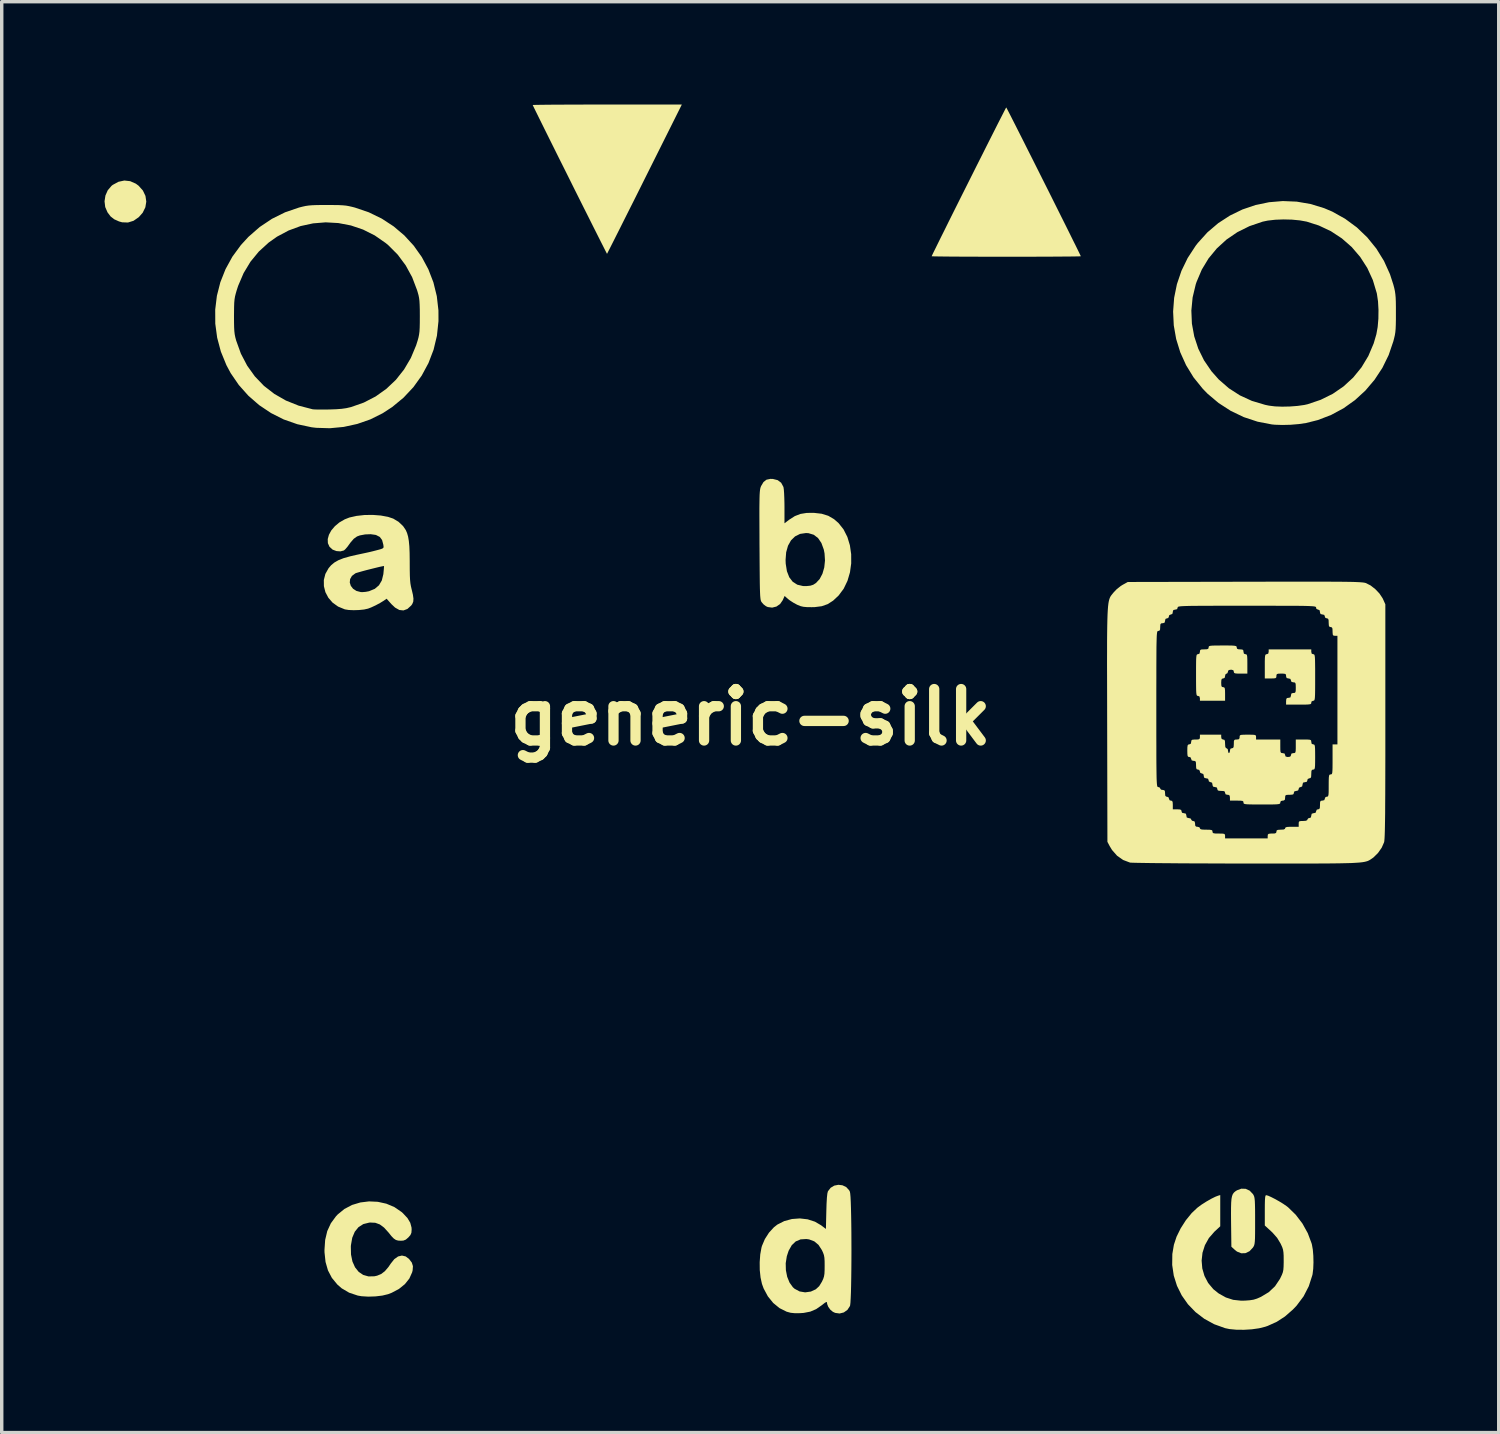
<source format=kicad_pcb>
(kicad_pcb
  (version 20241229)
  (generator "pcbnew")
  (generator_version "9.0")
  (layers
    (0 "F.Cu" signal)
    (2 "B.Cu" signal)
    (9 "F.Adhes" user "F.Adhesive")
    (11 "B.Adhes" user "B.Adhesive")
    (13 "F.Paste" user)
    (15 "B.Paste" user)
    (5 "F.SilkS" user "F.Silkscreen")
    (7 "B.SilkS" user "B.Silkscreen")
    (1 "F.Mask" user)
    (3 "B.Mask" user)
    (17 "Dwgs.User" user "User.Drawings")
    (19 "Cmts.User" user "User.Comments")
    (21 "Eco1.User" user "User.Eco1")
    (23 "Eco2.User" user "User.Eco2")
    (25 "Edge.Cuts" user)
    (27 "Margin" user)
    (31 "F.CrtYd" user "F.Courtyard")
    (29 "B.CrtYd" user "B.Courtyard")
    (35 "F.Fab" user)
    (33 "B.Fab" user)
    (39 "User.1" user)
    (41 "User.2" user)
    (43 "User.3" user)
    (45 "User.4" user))
  (footprint "generic-silk"
    (layer "F.Cu")
    (at 18.849 17.876)
    (property "Reference" "generic-silk" (at 0 0 0) (layer "F.SilkS") (effects (font (size 1.5 1.5) (thickness 0.3))))
    (attr board_only exclude_from_pos_files exclude_from_bom)
    (fp_poly (pts (xy -18.101 -15.64) (xy -17.937 -15.568) (xy -17.856 -15.508) (xy -17.73 -15.367) (xy -17.655 -15.21) (xy -17.631 -15.044) (xy -17.658 -14.878) (xy -17.736 -14.719) (xy -17.85 -14.59) (xy -18.003 -14.484) (xy -18.165 -14.434) (xy -18.336 -14.44) (xy -18.428 -14.466) (xy -18.568 -14.529) (xy -18.673 -14.612) (xy -18.762 -14.73) (xy -18.829 -14.885) (xy -18.849 -15.053) (xy -18.823 -15.221) (xy -18.755 -15.375) (xy -18.646 -15.503) (xy -18.611 -15.531) (xy -18.443 -15.622) (xy -18.271 -15.659)) (stroke (width 0) (type solid)) (fill yes) (layer "F.SilkS"))
    (fp_poly (pts (xy 14.445 13.759) (xy 14.562 13.813) (xy 14.657 13.913) (xy 14.665 13.925) (xy 14.682 13.957) (xy 14.696 13.995) (xy 14.705 14.046) (xy 14.712 14.118) (xy 14.716 14.219) (xy 14.719 14.355) (xy 14.72 14.534) (xy 14.72 14.697) (xy 14.72 14.911) (xy 14.719 15.076) (xy 14.717 15.2) (xy 14.712 15.29) (xy 14.705 15.354) (xy 14.695 15.4) (xy 14.68 15.435) (xy 14.661 15.466) (xy 14.656 15.474) (xy 14.556 15.58) (xy 14.44 15.636) (xy 14.316 15.64) (xy 14.193 15.591) (xy 14.133 15.545) (xy 14.028 15.448) (xy 14.019 14.74) (xy 14.017 14.501) (xy 14.018 14.312) (xy 14.022 14.165) (xy 14.031 14.054) (xy 14.047 13.973) (xy 14.07 13.913) (xy 14.103 13.868) (xy 14.145 13.832) (xy 14.192 13.802) (xy 14.318 13.755)) (stroke (width 0) (type solid)) (fill yes) (layer "F.SilkS"))
    (fp_poly (pts (xy -3.094 -15.698) (xy -3.257 -15.371) (xy -3.413 -15.059) (xy -3.561 -14.765) (xy -3.697 -14.494) (xy -3.82 -14.248) (xy -3.929 -14.032) (xy -4.021 -13.849) (xy -4.095 -13.703) (xy -4.149 -13.597) (xy -4.18 -13.535) (xy -4.189 -13.52) (xy -4.202 -13.545) (xy -4.239 -13.617) (xy -4.297 -13.732) (xy -4.375 -13.886) (xy -4.471 -14.077) (xy -4.583 -14.299) (xy -4.709 -14.551) (xy -4.848 -14.827) (xy -4.997 -15.125) (xy -5.155 -15.44) (xy -5.276 -15.684) (xy -5.439 -16.011) (xy -5.595 -16.322) (xy -5.741 -16.616) (xy -5.876 -16.887) (xy -5.998 -17.133) (xy -6.105 -17.349) (xy -6.196 -17.533) (xy -6.268 -17.679) (xy -6.32 -17.785) (xy -6.35 -17.847) (xy -6.357 -17.862) (xy -6.33 -17.864) (xy -6.25 -17.866) (xy -6.122 -17.868) (xy -5.951 -17.87) (xy -5.741 -17.872) (xy -5.495 -17.873) (xy -5.219 -17.874) (xy -4.917 -17.875) (xy -4.592 -17.876) (xy -4.25 -17.876) (xy -4.181 -17.876) (xy -2.006 -17.876)) (stroke (width 0) (type solid)) (fill yes) (layer "F.SilkS"))
    (fp_poly (pts (xy 7.473 -17.767) (xy 7.51 -17.696) (xy 7.568 -17.584) (xy 7.644 -17.434) (xy 7.737 -17.251) (xy 7.843 -17.041) (xy 7.962 -16.806) (xy 8.089 -16.552) (xy 8.225 -16.283) (xy 8.365 -16.004) (xy 8.508 -15.718) (xy 8.652 -15.432) (xy 8.794 -15.148) (xy 8.932 -14.871) (xy 9.064 -14.606) (xy 9.188 -14.358) (xy 9.301 -14.131) (xy 9.401 -13.928) (xy 9.487 -13.756) (xy 9.555 -13.617) (xy 9.603 -13.518) (xy 9.63 -13.461) (xy 9.634 -13.45) (xy 9.607 -13.447) (xy 9.527 -13.445) (xy 9.4 -13.443) (xy 9.228 -13.441) (xy 9.018 -13.44) (xy 8.773 -13.438) (xy 8.496 -13.437) (xy 8.194 -13.436) (xy 7.87 -13.436) (xy 7.528 -13.435) (xy 7.459 -13.435) (xy 7.114 -13.436) (xy 6.786 -13.436) (xy 6.479 -13.437) (xy 6.197 -13.438) (xy 5.945 -13.439) (xy 5.728 -13.441) (xy 5.549 -13.443) (xy 5.412 -13.445) (xy 5.323 -13.447) (xy 5.285 -13.449) (xy 5.283 -13.45) (xy 5.296 -13.478) (xy 5.331 -13.552) (xy 5.388 -13.667) (xy 5.463 -13.819) (xy 5.554 -14.004) (xy 5.66 -14.216) (xy 5.777 -14.453) (xy 5.904 -14.708) (xy 6.039 -14.978) (xy 6.179 -15.258) (xy 6.322 -15.543) (xy 6.466 -15.83) (xy 6.608 -16.114) (xy 6.747 -16.389) (xy 6.879 -16.653) (xy 7.004 -16.9) (xy 7.118 -17.126) (xy 7.219 -17.326) (xy 7.306 -17.496) (xy 7.375 -17.632) (xy 7.425 -17.729) (xy 7.453 -17.782) (xy 7.459 -17.791)) (stroke (width 0) (type solid)) (fill yes) (layer "F.SilkS"))
    (fp_poly (pts (xy -10.876 14.138) (xy -10.627 14.193) (xy -10.394 14.291) (xy -10.186 14.433) (xy -10.142 14.472) (xy -10.01 14.614) (xy -9.929 14.75) (xy -9.892 14.89) (xy -9.889 14.95) (xy -9.896 15.042) (xy -9.925 15.109) (xy -9.985 15.178) (xy -10.059 15.241) (xy -10.129 15.269) (xy -10.199 15.274) (xy -10.282 15.27) (xy -10.348 15.251) (xy -10.41 15.21) (xy -10.479 15.139) (xy -10.566 15.031) (xy -10.694 14.89) (xy -10.818 14.798) (xy -10.949 14.75) (xy -11.097 14.743) (xy -11.126 14.745) (xy -11.299 14.788) (xy -11.44 14.878) (xy -11.548 15.011) (xy -11.622 15.187) (xy -11.66 15.404) (xy -11.663 15.444) (xy -11.658 15.677) (xy -11.616 15.881) (xy -11.54 16.05) (xy -11.435 16.181) (xy -11.303 16.271) (xy -11.148 16.315) (xy -10.973 16.311) (xy -10.895 16.293) (xy -10.777 16.244) (xy -10.67 16.162) (xy -10.565 16.039) (xy -10.5 15.943) (xy -10.396 15.812) (xy -10.285 15.733) (xy -10.172 15.706) (xy -10.062 15.732) (xy -9.965 15.806) (xy -9.884 15.911) (xy -9.851 16.016) (xy -9.86 16.138) (xy -9.875 16.197) (xy -9.956 16.377) (xy -10.086 16.54) (xy -10.26 16.681) (xy -10.472 16.793) (xy -10.575 16.833) (xy -10.744 16.874) (xy -10.944 16.898) (xy -11.153 16.905) (xy -11.349 16.893) (xy -11.46 16.874) (xy -11.712 16.79) (xy -11.93 16.662) (xy -12.055 16.553) (xy -12.216 16.358) (xy -12.33 16.14) (xy -12.401 15.893) (xy -12.431 15.612) (xy -12.432 15.543) (xy -12.412 15.25) (xy -12.351 14.993) (xy -12.246 14.765) (xy -12.096 14.56) (xy -12.045 14.506) (xy -11.85 14.347) (xy -11.628 14.23) (xy -11.385 14.157) (xy -11.132 14.126)) (stroke (width 0) (type solid)) (fill yes) (layer "F.SilkS"))
    (fp_poly (pts (xy 16.359 -1.909) (xy 16.372 -1.854) (xy 16.415 -1.839) (xy 16.433 -1.837) (xy 16.447 -1.826) (xy 16.457 -1.801) (xy 16.464 -1.754) (xy 16.468 -1.679) (xy 16.47 -1.569) (xy 16.472 -1.417) (xy 16.472 -1.217) (xy 16.472 -1.16) (xy 16.472 -0.947) (xy 16.471 -0.784) (xy 16.469 -0.664) (xy 16.465 -0.581) (xy 16.459 -0.528) (xy 16.449 -0.498) (xy 16.437 -0.484) (xy 16.42 -0.481) (xy 16.415 -0.481) (xy 16.368 -0.461) (xy 16.359 -0.424) (xy 16.356 -0.401) (xy 16.34 -0.385) (xy 16.304 -0.376) (xy 16.237 -0.37) (xy 16.131 -0.368) (xy 15.992 -0.368) (xy 15.624 -0.368) (xy 15.624 -0.467) (xy 15.63 -0.534) (xy 15.653 -0.561) (xy 15.695 -0.566) (xy 15.749 -0.577) (xy 15.765 -0.623) (xy 15.766 -0.636) (xy 15.777 -0.69) (xy 15.823 -0.707) (xy 15.836 -0.707) (xy 15.877 -0.711) (xy 15.898 -0.733) (xy 15.906 -0.785) (xy 15.907 -0.863) (xy 15.905 -0.952) (xy 15.895 -0.998) (xy 15.871 -1.016) (xy 15.836 -1.018) (xy 15.781 -1.032) (xy 15.766 -1.075) (xy 15.749 -1.119) (xy 15.695 -1.131) (xy 15.641 -1.143) (xy 15.625 -1.189) (xy 15.624 -1.202) (xy 15.62 -1.244) (xy 15.596 -1.265) (xy 15.54 -1.272) (xy 15.483 -1.273) (xy 15.399 -1.271) (xy 15.357 -1.259) (xy 15.343 -1.23) (xy 15.342 -1.202) (xy 15.338 -1.163) (xy 15.319 -1.142) (xy 15.27 -1.133) (xy 15.178 -1.131) (xy 15.172 -1.131) (xy 15.003 -1.131) (xy 15.003 -1.485) (xy 15.003 -1.632) (xy 15.006 -1.731) (xy 15.012 -1.792) (xy 15.023 -1.824) (xy 15.04 -1.837) (xy 15.059 -1.839) (xy 15.103 -1.855) (xy 15.116 -1.909) (xy 15.116 -1.98) (xy 15.737 -1.98) (xy 16.359 -1.98)) (stroke (width 0) (type solid)) (fill yes) (layer "F.SilkS"))
    (fp_poly (pts (xy 13.933 -2.093) (xy 14.045 -2.091) (xy 14.117 -2.086) (xy 14.159 -2.077) (xy 14.178 -2.064) (xy 14.183 -2.044) (xy 14.183 -2.037) (xy 14.194 -1.998) (xy 14.238 -1.982) (xy 14.282 -1.98) (xy 14.349 -1.975) (xy 14.376 -1.951) (xy 14.381 -1.909) (xy 14.394 -1.854) (xy 14.438 -1.839) (xy 14.463 -1.835) (xy 14.48 -1.816) (xy 14.489 -1.773) (xy 14.493 -1.695) (xy 14.494 -1.571) (xy 14.494 -1.556) (xy 14.494 -1.273) (xy 14.296 -1.273) (xy 14.192 -1.274) (xy 14.133 -1.281) (xy 14.106 -1.297) (xy 14.099 -1.325) (xy 14.099 -1.329) (xy 14.085 -1.371) (xy 14.036 -1.385) (xy 14.014 -1.386) (xy 13.952 -1.377) (xy 13.93 -1.344) (xy 13.929 -1.329) (xy 13.911 -1.283) (xy 13.887 -1.273) (xy 13.853 -1.248) (xy 13.844 -1.202) (xy 13.831 -1.147) (xy 13.788 -1.131) (xy 13.752 -1.123) (xy 13.736 -1.088) (xy 13.731 -1.013) (xy 13.731 -1.004) (xy 13.735 -0.925) (xy 13.75 -0.887) (xy 13.784 -0.877) (xy 13.788 -0.877) (xy 13.817 -0.871) (xy 13.834 -0.847) (xy 13.842 -0.792) (xy 13.844 -0.695) (xy 13.844 -0.679) (xy 13.844 -0.481) (xy 13.477 -0.481) (xy 13.11 -0.481) (xy 13.11 -0.552) (xy 13.096 -0.607) (xy 13.053 -0.622) (xy 13.035 -0.624) (xy 13.021 -0.635) (xy 13.011 -0.662) (xy 13.004 -0.712) (xy 13 -0.792) (xy 12.998 -0.909) (xy 12.997 -1.07) (xy 12.997 -1.23) (xy 12.997 -1.431) (xy 12.998 -1.581) (xy 13 -1.689) (xy 13.005 -1.762) (xy 13.012 -1.806) (xy 13.023 -1.829) (xy 13.038 -1.837) (xy 13.053 -1.839) (xy 13.097 -1.855) (xy 13.11 -1.909) (xy 13.115 -1.953) (xy 13.141 -1.974) (xy 13.203 -1.98) (xy 13.237 -1.98) (xy 13.316 -1.984) (xy 13.354 -1.999) (xy 13.364 -2.032) (xy 13.364 -2.037) (xy 13.367 -2.059) (xy 13.381 -2.074) (xy 13.415 -2.084) (xy 13.478 -2.09) (xy 13.578 -2.092) (xy 13.723 -2.093) (xy 13.774 -2.093)) (stroke (width 0) (type solid)) (fill yes) (layer "F.SilkS"))
    (fp_poly (pts (xy 13.703 14.397) (xy 13.703 14.853) (xy 13.534 15.009) (xy 13.372 15.195) (xy 13.256 15.403) (xy 13.185 15.625) (xy 13.16 15.854) (xy 13.179 16.082) (xy 13.243 16.302) (xy 13.35 16.506) (xy 13.5 16.686) (xy 13.656 16.811) (xy 13.867 16.929) (xy 14.08 16.998) (xy 14.311 17.023) (xy 14.429 17.021) (xy 14.569 17.01) (xy 14.676 16.993) (xy 14.775 16.962) (xy 14.889 16.912) (xy 14.895 16.909) (xy 15.119 16.774) (xy 15.301 16.602) (xy 15.443 16.39) (xy 15.46 16.356) (xy 15.502 16.268) (xy 15.529 16.196) (xy 15.544 16.124) (xy 15.551 16.033) (xy 15.554 15.909) (xy 15.554 15.854) (xy 15.553 15.713) (xy 15.547 15.613) (xy 15.535 15.536) (xy 15.513 15.466) (xy 15.477 15.386) (xy 15.461 15.353) (xy 15.363 15.19) (xy 15.23 15.039) (xy 15.185 14.996) (xy 15.003 14.829) (xy 15.003 14.387) (xy 15.004 14.214) (xy 15.007 14.092) (xy 15.013 14.011) (xy 15.022 13.965) (xy 15.035 13.946) (xy 15.042 13.945) (xy 15.098 13.959) (xy 15.188 13.999) (xy 15.3 14.056) (xy 15.421 14.124) (xy 15.538 14.195) (xy 15.638 14.264) (xy 15.681 14.297) (xy 15.906 14.516) (xy 16.101 14.772) (xy 16.257 15.054) (xy 16.367 15.347) (xy 16.378 15.387) (xy 16.404 15.534) (xy 16.419 15.714) (xy 16.423 15.908) (xy 16.416 16.092) (xy 16.397 16.248) (xy 16.39 16.278) (xy 16.287 16.6) (xy 16.134 16.897) (xy 15.93 17.169) (xy 15.822 17.282) (xy 15.591 17.484) (xy 15.352 17.639) (xy 15.089 17.758) (xy 15.017 17.783) (xy 14.837 17.828) (xy 14.625 17.858) (xy 14.398 17.872) (xy 14.174 17.87) (xy 13.972 17.851) (xy 13.844 17.824) (xy 13.525 17.709) (xy 13.237 17.551) (xy 12.981 17.355) (xy 12.761 17.127) (xy 12.58 16.87) (xy 12.441 16.59) (xy 12.347 16.292) (xy 12.301 15.981) (xy 12.305 15.661) (xy 12.351 15.39) (xy 12.429 15.155) (xy 12.549 14.912) (xy 12.699 14.677) (xy 12.87 14.467) (xy 13.035 14.311) (xy 13.154 14.223) (xy 13.293 14.134) (xy 13.434 14.053) (xy 13.561 13.99) (xy 13.639 13.96) (xy 13.703 13.941)) (stroke (width 0) (type solid)) (fill yes) (layer "F.SilkS"))
    (fp_poly (pts (xy 2.681 13.656) (xy 2.79 13.708) (xy 2.874 13.799) (xy 2.898 13.845) (xy 2.907 13.897) (xy 2.916 13.998) (xy 2.923 14.143) (xy 2.929 14.325) (xy 2.934 14.539) (xy 2.938 14.776) (xy 2.941 15.032) (xy 2.942 15.299) (xy 2.943 15.571) (xy 2.942 15.841) (xy 2.94 16.104) (xy 2.937 16.353) (xy 2.933 16.581) (xy 2.928 16.781) (xy 2.921 16.948) (xy 2.914 17.076) (xy 2.905 17.156) (xy 2.899 17.179) (xy 2.825 17.292) (xy 2.72 17.366) (xy 2.597 17.397) (xy 2.469 17.379) (xy 2.403 17.349) (xy 2.327 17.286) (xy 2.266 17.202) (xy 2.234 17.12) (xy 2.232 17.101) (xy 2.227 17.067) (xy 2.208 17.062) (xy 2.164 17.087) (xy 2.088 17.147) (xy 2.079 17.154) (xy 1.914 17.269) (xy 1.743 17.342) (xy 1.548 17.38) (xy 1.441 17.387) (xy 1.289 17.388) (xy 1.17 17.376) (xy 1.063 17.347) (xy 1.052 17.344) (xy 0.844 17.24) (xy 0.66 17.089) (xy 0.504 16.896) (xy 0.381 16.667) (xy 0.332 16.533) (xy 0.291 16.347) (xy 0.268 16.129) (xy 0.266 15.93) (xy 1.025 15.93) (xy 1.03 16.133) (xy 1.068 16.326) (xy 1.137 16.495) (xy 1.233 16.629) (xy 1.284 16.675) (xy 1.43 16.753) (xy 1.592 16.78) (xy 1.758 16.757) (xy 1.902 16.691) (xy 2.002 16.599) (xy 2.082 16.468) (xy 2.119 16.388) (xy 2.142 16.317) (xy 2.155 16.237) (xy 2.16 16.133) (xy 2.161 16.009) (xy 2.16 15.87) (xy 2.154 15.77) (xy 2.14 15.693) (xy 2.115 15.622) (xy 2.081 15.548) (xy 1.982 15.395) (xy 1.859 15.292) (xy 1.708 15.235) (xy 1.628 15.224) (xy 1.46 15.234) (xy 1.317 15.294) (xy 1.201 15.405) (xy 1.11 15.566) (xy 1.057 15.727) (xy 1.025 15.93) (xy 0.266 15.93) (xy 0.266 15.897) (xy 0.282 15.673) (xy 0.318 15.475) (xy 0.332 15.425) (xy 0.417 15.225) (xy 0.537 15.038) (xy 0.682 14.88) (xy 0.782 14.802) (xy 0.984 14.7) (xy 1.207 14.64) (xy 1.437 14.623) (xy 1.665 14.649) (xy 1.878 14.718) (xy 2.056 14.822) (xy 2.198 14.93) (xy 2.21 14.416) (xy 2.217 14.19) (xy 2.227 14.017) (xy 2.24 13.897) (xy 2.256 13.833) (xy 2.257 13.831) (xy 2.336 13.729) (xy 2.441 13.666) (xy 2.561 13.642)) (stroke (width 0) (type solid)) (fill yes) (layer "F.SilkS"))
    (fp_poly (pts (xy 0.651 -6.952) (xy 0.791 -6.917) (xy 0.892 -6.841) (xy 0.955 -6.725) (xy 0.961 -6.706) (xy 0.97 -6.643) (xy 0.978 -6.537) (xy 0.984 -6.398) (xy 0.988 -6.238) (xy 0.989 -6.131) (xy 0.989 -5.658) (xy 1.134 -5.768) (xy 1.291 -5.868) (xy 1.453 -5.931) (xy 1.637 -5.961) (xy 1.846 -5.963) (xy 2.074 -5.937) (xy 2.267 -5.877) (xy 2.436 -5.778) (xy 2.566 -5.665) (xy 2.713 -5.479) (xy 2.824 -5.26) (xy 2.898 -5.015) (xy 2.935 -4.756) (xy 2.936 -4.49) (xy 2.9 -4.228) (xy 2.827 -3.979) (xy 2.717 -3.751) (xy 2.571 -3.554) (xy 2.567 -3.55) (xy 2.409 -3.402) (xy 2.25 -3.3) (xy 2.076 -3.239) (xy 1.872 -3.213) (xy 1.78 -3.211) (xy 1.642 -3.213) (xy 1.542 -3.222) (xy 1.46 -3.241) (xy 1.377 -3.274) (xy 1.355 -3.284) (xy 1.248 -3.342) (xy 1.145 -3.409) (xy 1.095 -3.448) (xy 0.993 -3.538) (xy 0.938 -3.415) (xy 0.861 -3.303) (xy 0.754 -3.229) (xy 0.63 -3.198) (xy 0.502 -3.215) (xy 0.449 -3.239) (xy 0.379 -3.292) (xy 0.322 -3.358) (xy 0.31 -3.377) (xy 0.301 -3.401) (xy 0.292 -3.435) (xy 0.286 -3.484) (xy 0.28 -3.551) (xy 0.276 -3.641) (xy 0.272 -3.76) (xy 0.269 -3.911) (xy 0.267 -4.099) (xy 0.265 -4.328) (xy 0.263 -4.589) (xy 1.021 -4.589) (xy 1.025 -4.481) (xy 1.06 -4.26) (xy 1.129 -4.083) (xy 1.23 -3.952) (xy 1.363 -3.867) (xy 1.528 -3.828) (xy 1.628 -3.826) (xy 1.744 -3.838) (xy 1.828 -3.865) (xy 1.907 -3.916) (xy 2.015 -4.031) (xy 2.097 -4.187) (xy 2.15 -4.371) (xy 2.171 -4.572) (xy 2.158 -4.78) (xy 2.136 -4.892) (xy 2.066 -5.084) (xy 1.968 -5.228) (xy 1.842 -5.324) (xy 1.689 -5.37) (xy 1.616 -5.374) (xy 1.444 -5.349) (xy 1.298 -5.276) (xy 1.179 -5.16) (xy 1.092 -5.004) (xy 1.038 -4.812) (xy 1.021 -4.589) (xy 0.263 -4.589) (xy 0.263 -4.604) (xy 0.261 -4.93) (xy 0.26 -5.029) (xy 0.259 -5.37) (xy 0.258 -5.659) (xy 0.257 -5.901) (xy 0.257 -6.101) (xy 0.259 -6.262) (xy 0.261 -6.391) (xy 0.264 -6.492) (xy 0.269 -6.569) (xy 0.275 -6.626) (xy 0.282 -6.67) (xy 0.291 -6.704) (xy 0.302 -6.733) (xy 0.307 -6.745) (xy 0.377 -6.862) (xy 0.463 -6.93) (xy 0.578 -6.954)) (stroke (width 0) (type solid)) (fill yes) (layer "F.SilkS"))
    (fp_poly (pts (xy 15.935 -15.043) (xy 16.338 -14.974) (xy 16.733 -14.853) (xy 16.972 -14.752) (xy 17.346 -14.543) (xy 17.688 -14.291) (xy 17.993 -13.999) (xy 18.258 -13.672) (xy 18.48 -13.313) (xy 18.655 -12.926) (xy 18.753 -12.623) (xy 18.78 -12.522) (xy 18.799 -12.433) (xy 18.812 -12.344) (xy 18.821 -12.245) (xy 18.826 -12.123) (xy 18.828 -11.966) (xy 18.828 -11.795) (xy 18.828 -11.599) (xy 18.825 -11.448) (xy 18.82 -11.329) (xy 18.811 -11.232) (xy 18.797 -11.145) (xy 18.776 -11.055) (xy 18.753 -10.967) (xy 18.617 -10.567) (xy 18.433 -10.192) (xy 18.205 -9.846) (xy 17.938 -9.531) (xy 17.635 -9.253) (xy 17.3 -9.014) (xy 16.938 -8.819) (xy 16.553 -8.671) (xy 16.207 -8.584) (xy 15.992 -8.553) (xy 15.755 -8.533) (xy 15.516 -8.527) (xy 15.299 -8.534) (xy 15.207 -8.543) (xy 14.792 -8.623) (xy 14.39 -8.756) (xy 14.009 -8.939) (xy 13.654 -9.168) (xy 13.332 -9.44) (xy 13.193 -9.583) (xy 12.924 -9.916) (xy 12.706 -10.272) (xy 12.537 -10.646) (xy 12.417 -11.035) (xy 12.347 -11.433) (xy 12.328 -11.835) (xy 12.33 -11.865) (xy 12.86 -11.865) (xy 12.876 -11.484) (xy 12.944 -11.112) (xy 13.062 -10.753) (xy 13.23 -10.412) (xy 13.446 -10.095) (xy 13.659 -9.855) (xy 13.954 -9.598) (xy 14.277 -9.39) (xy 14.63 -9.228) (xy 15.014 -9.114) (xy 15.125 -9.091) (xy 15.301 -9.069) (xy 15.511 -9.061) (xy 15.737 -9.066) (xy 15.959 -9.083) (xy 16.157 -9.111) (xy 16.251 -9.132) (xy 16.633 -9.261) (xy 16.985 -9.435) (xy 17.302 -9.653) (xy 17.583 -9.912) (xy 17.824 -10.208) (xy 18.024 -10.54) (xy 18.179 -10.904) (xy 18.258 -11.173) (xy 18.296 -11.385) (xy 18.317 -11.629) (xy 18.32 -11.886) (xy 18.306 -12.134) (xy 18.274 -12.352) (xy 18.269 -12.375) (xy 18.155 -12.755) (xy 17.993 -13.108) (xy 17.786 -13.43) (xy 17.538 -13.719) (xy 17.252 -13.97) (xy 16.931 -14.181) (xy 16.579 -14.347) (xy 16.225 -14.46) (xy 16.026 -14.496) (xy 15.794 -14.518) (xy 15.549 -14.524) (xy 15.308 -14.515) (xy 15.089 -14.49) (xy 14.941 -14.459) (xy 14.556 -14.328) (xy 14.202 -14.152) (xy 13.884 -13.935) (xy 13.603 -13.678) (xy 13.362 -13.386) (xy 13.164 -13.059) (xy 13.012 -12.7) (xy 12.988 -12.629) (xy 12.897 -12.248) (xy 12.86 -11.865) (xy 12.33 -11.865) (xy 12.358 -12.237) (xy 12.439 -12.635) (xy 12.571 -13.024) (xy 12.753 -13.399) (xy 12.986 -13.756) (xy 13.049 -13.837) (xy 13.33 -14.148) (xy 13.644 -14.415) (xy 13.986 -14.637) (xy 14.35 -14.814) (xy 14.732 -14.944) (xy 15.127 -15.026) (xy 15.529 -15.06)) (stroke (width 0) (type solid)) (fill yes) (layer "F.SilkS"))
    (fp_poly (pts (xy -10.789 -5.885) (xy -10.578 -5.846) (xy -10.426 -5.795) (xy -10.271 -5.702) (xy -10.139 -5.577) (xy -10.059 -5.459) (xy -10.021 -5.37) (xy -9.992 -5.268) (xy -9.971 -5.143) (xy -9.956 -4.988) (xy -9.948 -4.795) (xy -9.945 -4.554) (xy -9.945 -4.501) (xy -9.944 -4.294) (xy -9.941 -4.134) (xy -9.935 -4.008) (xy -9.925 -3.906) (xy -9.91 -3.818) (xy -9.89 -3.733) (xy -9.889 -3.732) (xy -9.852 -3.575) (xy -9.836 -3.46) (xy -9.842 -3.373) (xy -9.871 -3.302) (xy -9.902 -3.259) (xy -10.012 -3.159) (xy -10.128 -3.116) (xy -10.248 -3.129) (xy -10.372 -3.199) (xy -10.479 -3.3) (xy -10.619 -3.458) (xy -10.699 -3.402) (xy -10.806 -3.336) (xy -10.938 -3.265) (xy -11.069 -3.204) (xy -11.16 -3.169) (xy -11.276 -3.143) (xy -11.422 -3.128) (xy -11.579 -3.123) (xy -11.724 -3.129) (xy -11.837 -3.147) (xy -11.84 -3.148) (xy -12.034 -3.228) (xy -12.195 -3.343) (xy -12.319 -3.486) (xy -12.405 -3.649) (xy -12.449 -3.824) (xy -12.45 -3.931) (xy -11.694 -3.931) (xy -11.664 -3.834) (xy -11.599 -3.749) (xy -11.5 -3.685) (xy -11.373 -3.652) (xy -11.33 -3.65) (xy -11.231 -3.658) (xy -11.13 -3.677) (xy -11.129 -3.678) (xy -10.964 -3.746) (xy -10.842 -3.85) (xy -10.759 -3.991) (xy -10.714 -4.174) (xy -10.71 -4.218) (xy -10.701 -4.314) (xy -10.696 -4.384) (xy -10.694 -4.412) (xy -10.694 -4.412) (xy -10.739 -4.405) (xy -10.825 -4.387) (xy -10.94 -4.359) (xy -11.072 -4.326) (xy -11.208 -4.292) (xy -11.334 -4.258) (xy -11.439 -4.228) (xy -11.51 -4.207) (xy -11.531 -4.198) (xy -11.631 -4.123) (xy -11.684 -4.03) (xy -11.694 -3.931) (xy -12.45 -3.931) (xy -12.451 -4.004) (xy -12.406 -4.181) (xy -12.313 -4.347) (xy -12.238 -4.435) (xy -12.143 -4.514) (xy -12.024 -4.582) (xy -11.874 -4.641) (xy -11.682 -4.695) (xy -11.499 -4.737) (xy -11.354 -4.768) (xy -11.219 -4.797) (xy -11.11 -4.821) (xy -11.041 -4.838) (xy -11.04 -4.838) (xy -10.899 -4.874) (xy -10.803 -4.9) (xy -10.745 -4.92) (xy -10.716 -4.941) (xy -10.707 -4.966) (xy -10.711 -5.003) (xy -10.716 -5.038) (xy -10.751 -5.17) (xy -10.818 -5.26) (xy -10.923 -5.314) (xy -10.941 -5.32) (xy -11.083 -5.34) (xy -11.245 -5.334) (xy -11.399 -5.305) (xy -11.483 -5.274) (xy -11.577 -5.207) (xy -11.674 -5.095) (xy -11.699 -5.06) (xy -11.763 -4.972) (xy -11.823 -4.903) (xy -11.865 -4.866) (xy -11.966 -4.839) (xy -12.084 -4.848) (xy -12.192 -4.889) (xy -12.194 -4.89) (xy -12.286 -4.974) (xy -12.333 -5.079) (xy -12.337 -5.198) (xy -12.302 -5.324) (xy -12.232 -5.452) (xy -12.129 -5.573) (xy -11.998 -5.683) (xy -11.842 -5.773) (xy -11.705 -5.827) (xy -11.496 -5.874) (xy -11.264 -5.9) (xy -11.023 -5.903)) (stroke (width 0) (type solid)) (fill yes) (layer "F.SilkS"))
    (fp_poly (pts (xy -12.167 -14.944) (xy -12.018 -14.942) (xy -11.901 -14.936) (xy -11.804 -14.927) (xy -11.715 -14.911) (xy -11.622 -14.89) (xy -11.545 -14.87) (xy -11.139 -14.732) (xy -10.761 -14.548) (xy -10.415 -14.322) (xy -10.103 -14.058) (xy -9.828 -13.758) (xy -9.593 -13.427) (xy -9.401 -13.069) (xy -9.254 -12.688) (xy -9.155 -12.286) (xy -9.107 -11.869) (xy -9.106 -11.557) (xy -9.151 -11.131) (xy -9.249 -10.722) (xy -9.398 -10.333) (xy -9.595 -9.968) (xy -9.838 -9.63) (xy -10.125 -9.324) (xy -10.454 -9.052) (xy -10.736 -8.868) (xy -11.093 -8.69) (xy -11.475 -8.557) (xy -11.873 -8.47) (xy -12.275 -8.432) (xy -12.673 -8.444) (xy -12.808 -8.46) (xy -13.224 -8.549) (xy -13.621 -8.688) (xy -13.994 -8.876) (xy -14.34 -9.108) (xy -14.654 -9.382) (xy -14.932 -9.694) (xy -15.169 -10.04) (xy -15.293 -10.272) (xy -15.455 -10.668) (xy -15.563 -11.073) (xy -15.618 -11.483) (xy -15.619 -11.71) (xy -15.072 -11.71) (xy -15.071 -11.521) (xy -15.068 -11.377) (xy -15.062 -11.264) (xy -15.051 -11.171) (xy -15.034 -11.086) (xy -15.01 -10.996) (xy -15.008 -10.989) (xy -14.87 -10.606) (xy -14.687 -10.257) (xy -14.463 -9.944) (xy -14.199 -9.669) (xy -13.896 -9.434) (xy -13.558 -9.24) (xy -13.186 -9.091) (xy -12.782 -8.986) (xy -12.771 -8.984) (xy -12.718 -8.98) (xy -12.62 -8.977) (xy -12.491 -8.977) (xy -12.343 -8.978) (xy -12.29 -8.979) (xy -12.09 -8.986) (xy -11.932 -8.998) (xy -11.798 -9.017) (xy -11.676 -9.045) (xy -11.655 -9.05) (xy -11.283 -9.181) (xy -10.939 -9.359) (xy -10.627 -9.581) (xy -10.349 -9.844) (xy -10.11 -10.146) (xy -9.912 -10.482) (xy -9.758 -10.85) (xy -9.714 -10.989) (xy -9.689 -11.08) (xy -9.672 -11.165) (xy -9.66 -11.256) (xy -9.654 -11.365) (xy -9.651 -11.506) (xy -9.65 -11.689) (xy -9.65 -11.71) (xy -9.651 -11.894) (xy -9.655 -12.035) (xy -9.661 -12.144) (xy -9.672 -12.233) (xy -9.689 -12.317) (xy -9.714 -12.406) (xy -9.73 -12.459) (xy -9.874 -12.838) (xy -10.063 -13.184) (xy -10.296 -13.497) (xy -10.57 -13.772) (xy -10.65 -13.838) (xy -10.967 -14.058) (xy -11.306 -14.228) (xy -11.661 -14.348) (xy -12.026 -14.418) (xy -12.396 -14.439) (xy -12.765 -14.409) (xy -13.129 -14.33) (xy -13.481 -14.2) (xy -13.817 -14.021) (xy -14.06 -13.849) (xy -14.348 -13.586) (xy -14.592 -13.289) (xy -14.792 -12.957) (xy -14.95 -12.588) (xy -14.993 -12.457) (xy -15.021 -12.36) (xy -15.042 -12.276) (xy -15.056 -12.192) (xy -15.065 -12.095) (xy -15.069 -11.973) (xy -15.071 -11.813) (xy -15.072 -11.71) (xy -15.619 -11.71) (xy -15.62 -11.892) (xy -15.571 -12.296) (xy -15.47 -12.692) (xy -15.319 -13.073) (xy -15.119 -13.437) (xy -14.869 -13.778) (xy -14.651 -14.015) (xy -14.322 -14.303) (xy -13.964 -14.542) (xy -13.581 -14.732) (xy -13.174 -14.871) (xy -13.071 -14.897) (xy -12.981 -14.917) (xy -12.89 -14.93) (xy -12.789 -14.938) (xy -12.663 -14.943) (xy -12.501 -14.945) (xy -12.361 -14.945)) (stroke (width 0) (type solid)) (fill yes) (layer "F.SilkS"))
    (fp_poly (pts (xy 13.731 0.58) (xy 13.745 0.635) (xy 13.788 0.651) (xy 13.823 0.659) (xy 13.84 0.693) (xy 13.844 0.769) (xy 13.844 0.778) (xy 13.85 0.862) (xy 13.869 0.9) (xy 13.887 0.905) (xy 13.921 0.93) (xy 13.929 0.976) (xy 13.939 1.029) (xy 13.957 1.047) (xy 13.979 1.022) (xy 13.986 0.976) (xy 13.999 0.92) (xy 14.042 0.905) (xy 14.077 0.897) (xy 14.094 0.862) (xy 14.099 0.787) (xy 14.099 0.778) (xy 14.101 0.7) (xy 14.115 0.663) (xy 14.151 0.651) (xy 14.183 0.651) (xy 14.244 0.643) (xy 14.266 0.611) (xy 14.268 0.58) (xy 14.27 0.546) (xy 14.284 0.525) (xy 14.321 0.514) (xy 14.393 0.51) (xy 14.508 0.509) (xy 14.625 0.51) (xy 14.696 0.514) (xy 14.732 0.525) (xy 14.746 0.546) (xy 14.748 0.58) (xy 14.748 0.651) (xy 15.102 0.651) (xy 15.455 0.651) (xy 15.455 0.849) (xy 15.456 0.952) (xy 15.462 1.011) (xy 15.477 1.038) (xy 15.507 1.046) (xy 15.525 1.047) (xy 15.581 1.06) (xy 15.596 1.103) (xy 15.609 1.145) (xy 15.659 1.159) (xy 15.681 1.16) (xy 15.743 1.151) (xy 15.765 1.118) (xy 15.766 1.103) (xy 15.782 1.059) (xy 15.836 1.047) (xy 15.873 1.044) (xy 15.894 1.027) (xy 15.904 0.983) (xy 15.907 0.901) (xy 15.907 0.849) (xy 15.907 0.651) (xy 16.133 0.651) (xy 16.245 0.651) (xy 16.312 0.656) (xy 16.346 0.668) (xy 16.357 0.691) (xy 16.359 0.721) (xy 16.372 0.777) (xy 16.415 0.792) (xy 16.438 0.795) (xy 16.454 0.81) (xy 16.464 0.847) (xy 16.469 0.914) (xy 16.471 1.02) (xy 16.472 1.16) (xy 16.471 1.31) (xy 16.469 1.412) (xy 16.463 1.476) (xy 16.453 1.511) (xy 16.437 1.525) (xy 16.415 1.527) (xy 16.38 1.536) (xy 16.363 1.57) (xy 16.359 1.646) (xy 16.359 1.655) (xy 16.355 1.734) (xy 16.34 1.772) (xy 16.306 1.782) (xy 16.302 1.782) (xy 16.255 1.802) (xy 16.246 1.839) (xy 16.229 1.883) (xy 16.175 1.895) (xy 16.121 1.907) (xy 16.105 1.953) (xy 16.105 1.966) (xy 16.091 2.021) (xy 16.048 2.037) (xy 16.001 2.057) (xy 15.992 2.093) (xy 15.975 2.137) (xy 15.921 2.15) (xy 15.866 2.163) (xy 15.85 2.206) (xy 15.842 2.242) (xy 15.807 2.258) (xy 15.732 2.263) (xy 15.723 2.263) (xy 15.645 2.265) (xy 15.608 2.279) (xy 15.597 2.316) (xy 15.596 2.348) (xy 15.588 2.408) (xy 15.556 2.43) (xy 15.525 2.433) (xy 15.47 2.446) (xy 15.455 2.489) (xy 15.452 2.509) (xy 15.441 2.523) (xy 15.412 2.533) (xy 15.358 2.54) (xy 15.272 2.544) (xy 15.147 2.545) (xy 14.976 2.546) (xy 14.918 2.546) (xy 14.731 2.545) (xy 14.594 2.544) (xy 14.498 2.541) (xy 14.436 2.535) (xy 14.401 2.526) (xy 14.385 2.513) (xy 14.381 2.495) (xy 14.381 2.489) (xy 14.376 2.459) (xy 14.352 2.442) (xy 14.297 2.435) (xy 14.199 2.433) (xy 14.183 2.433) (xy 13.986 2.433) (xy 13.986 2.348) (xy 13.978 2.287) (xy 13.946 2.265) (xy 13.915 2.263) (xy 13.86 2.25) (xy 13.844 2.206) (xy 13.835 2.169) (xy 13.796 2.153) (xy 13.731 2.15) (xy 13.657 2.145) (xy 13.625 2.126) (xy 13.618 2.093) (xy 13.602 2.049) (xy 13.548 2.037) (xy 13.494 2.025) (xy 13.477 1.979) (xy 13.477 1.966) (xy 13.464 1.91) (xy 13.42 1.895) (xy 13.373 1.875) (xy 13.364 1.839) (xy 13.347 1.794) (xy 13.293 1.782) (xy 13.24 1.77) (xy 13.223 1.724) (xy 13.223 1.711) (xy 13.209 1.656) (xy 13.166 1.641) (xy 13.119 1.621) (xy 13.11 1.584) (xy 13.09 1.537) (xy 13.053 1.527) (xy 13.018 1.519) (xy 13.001 1.484) (xy 12.997 1.409) (xy 12.997 1.4) (xy 12.994 1.322) (xy 12.979 1.284) (xy 12.945 1.273) (xy 12.926 1.273) (xy 12.871 1.26) (xy 12.855 1.216) (xy 12.835 1.169) (xy 12.799 1.16) (xy 12.768 1.154) (xy 12.751 1.128) (xy 12.744 1.071) (xy 12.742 0.976) (xy 12.744 0.876) (xy 12.752 0.821) (xy 12.77 0.797) (xy 12.799 0.792) (xy 12.843 0.775) (xy 12.855 0.721) (xy 12.861 0.678) (xy 12.887 0.657) (xy 12.948 0.651) (xy 12.983 0.651) (xy 13.061 0.648) (xy 13.098 0.633) (xy 13.109 0.599) (xy 13.11 0.58) (xy 13.11 0.509) (xy 13.42 0.509) (xy 13.731 0.509)) (stroke (width 0) (type solid)) (fill yes) (layer "F.SilkS"))
    (fp_poly (pts (xy 16.474 -3.956) (xy 16.752 -3.955) (xy 16.991 -3.954) (xy 17.195 -3.953) (xy 17.367 -3.951) (xy 17.509 -3.949) (xy 17.626 -3.946) (xy 17.719 -3.942) (xy 17.793 -3.938) (xy 17.85 -3.933) (xy 17.892 -3.928) (xy 17.924 -3.922) (xy 17.947 -3.916) (xy 18.084 -3.848) (xy 18.223 -3.741) (xy 18.347 -3.611) (xy 18.439 -3.473) (xy 18.453 -3.444) (xy 18.52 -3.295) (xy 18.52 0.113) (xy 18.52 0.644) (xy 18.52 1.121) (xy 18.519 1.547) (xy 18.518 1.925) (xy 18.517 2.257) (xy 18.515 2.545) (xy 18.514 2.794) (xy 18.511 3.005) (xy 18.508 3.181) (xy 18.505 3.324) (xy 18.501 3.439) (xy 18.497 3.526) (xy 18.492 3.59) (xy 18.487 3.632) (xy 18.483 3.649) (xy 18.414 3.806) (xy 18.307 3.959) (xy 18.178 4.087) (xy 18.143 4.113) (xy 18.109 4.136) (xy 18.078 4.157) (xy 18.045 4.176) (xy 18.009 4.193) (xy 17.965 4.207) (xy 17.911 4.22) (xy 17.844 4.231) (xy 17.76 4.24) (xy 17.656 4.247) (xy 17.53 4.254) (xy 17.377 4.258) (xy 17.196 4.262) (xy 16.982 4.265) (xy 16.732 4.267) (xy 16.445 4.268) (xy 16.115 4.269) (xy 15.741 4.269) (xy 15.319 4.269) (xy 14.846 4.269) (xy 14.453 4.268) (xy 14.025 4.268) (xy 13.612 4.267) (xy 13.216 4.265) (xy 12.843 4.264) (xy 12.495 4.262) (xy 12.176 4.259) (xy 11.89 4.257) (xy 11.641 4.254) (xy 11.432 4.251) (xy 11.266 4.248) (xy 11.148 4.245) (xy 11.081 4.242) (xy 11.068 4.24) (xy 10.87 4.165) (xy 10.693 4.041) (xy 10.546 3.874) (xy 10.478 3.762) (xy 10.411 3.635) (xy 10.404 0.214) (xy 10.403 -0.24) (xy 11.838 -0.24) (xy 11.838 0.171) (xy 11.838 0.53) (xy 11.839 0.84) (xy 11.839 1.104) (xy 11.84 1.326) (xy 11.842 1.51) (xy 11.844 1.659) (xy 11.846 1.777) (xy 11.85 1.867) (xy 11.854 1.933) (xy 11.859 1.98) (xy 11.865 2.01) (xy 11.872 2.027) (xy 11.881 2.034) (xy 11.89 2.036) (xy 11.895 2.037) (xy 11.941 2.054) (xy 11.951 2.079) (xy 11.976 2.113) (xy 12.022 2.121) (xy 12.07 2.129) (xy 12.089 2.162) (xy 12.093 2.22) (xy 12.099 2.289) (xy 12.124 2.316) (xy 12.149 2.319) (xy 12.196 2.339) (xy 12.206 2.376) (xy 12.226 2.423) (xy 12.262 2.433) (xy 12.297 2.441) (xy 12.314 2.475) (xy 12.319 2.551) (xy 12.319 2.56) (xy 12.319 2.687) (xy 12.446 2.687) (xy 12.525 2.691) (xy 12.563 2.706) (xy 12.573 2.74) (xy 12.573 2.744) (xy 12.589 2.788) (xy 12.643 2.8) (xy 12.697 2.812) (xy 12.714 2.858) (xy 12.714 2.871) (xy 12.726 2.925) (xy 12.772 2.941) (xy 12.785 2.942) (xy 12.842 2.956) (xy 12.855 2.984) (xy 12.879 3.019) (xy 12.912 3.027) (xy 12.953 3.04) (xy 12.968 3.089) (xy 12.968 3.111) (xy 12.976 3.172) (xy 13.008 3.194) (xy 13.039 3.196) (xy 13.096 3.211) (xy 13.11 3.239) (xy 13.122 3.262) (xy 13.166 3.276) (xy 13.252 3.281) (xy 13.293 3.281) (xy 13.393 3.283) (xy 13.448 3.291) (xy 13.472 3.308) (xy 13.477 3.338) (xy 13.483 3.368) (xy 13.508 3.385) (xy 13.566 3.393) (xy 13.661 3.394) (xy 13.759 3.395) (xy 13.814 3.402) (xy 13.838 3.42) (xy 13.844 3.453) (xy 13.844 3.465) (xy 13.844 3.536) (xy 14.466 3.536) (xy 15.087 3.536) (xy 15.087 3.465) (xy 15.093 3.421) (xy 15.119 3.401) (xy 15.18 3.394) (xy 15.215 3.394) (xy 15.294 3.391) (xy 15.332 3.375) (xy 15.342 3.342) (xy 15.342 3.338) (xy 15.35 3.302) (xy 15.385 3.286) (xy 15.46 3.281) (xy 15.469 3.281) (xy 15.553 3.276) (xy 15.591 3.257) (xy 15.596 3.239) (xy 15.608 3.216) (xy 15.649 3.202) (xy 15.732 3.197) (xy 15.794 3.196) (xy 15.992 3.196) (xy 15.992 3.111) (xy 15.995 3.059) (xy 16.017 3.034) (xy 16.071 3.027) (xy 16.119 3.027) (xy 16.202 3.021) (xy 16.241 3.002) (xy 16.246 2.984) (xy 16.269 2.95) (xy 16.302 2.942) (xy 16.347 2.925) (xy 16.359 2.871) (xy 16.371 2.817) (xy 16.416 2.801) (xy 16.429 2.8) (xy 16.485 2.787) (xy 16.5 2.744) (xy 16.52 2.696) (xy 16.557 2.687) (xy 16.592 2.679) (xy 16.609 2.644) (xy 16.613 2.569) (xy 16.613 2.56) (xy 16.616 2.481) (xy 16.63 2.444) (xy 16.665 2.433) (xy 16.684 2.433) (xy 16.739 2.419) (xy 16.754 2.376) (xy 16.774 2.329) (xy 16.811 2.319) (xy 16.835 2.316) (xy 16.851 2.299) (xy 16.861 2.26) (xy 16.866 2.188) (xy 16.867 2.074) (xy 16.867 1.994) (xy 16.868 1.854) (xy 16.871 1.762) (xy 16.878 1.706) (xy 16.89 1.679) (xy 16.91 1.67) (xy 16.924 1.669) (xy 16.945 1.666) (xy 16.961 1.652) (xy 16.971 1.62) (xy 16.976 1.559) (xy 16.979 1.463) (xy 16.98 1.323) (xy 16.98 1.23) (xy 16.98 0.792) (xy 17.051 0.792) (xy 17.122 0.792) (xy 17.122 -0.792) (xy 17.122 -2.376) (xy 17.051 -2.376) (xy 17.007 -2.381) (xy 16.987 -2.407) (xy 16.981 -2.469) (xy 16.98 -2.503) (xy 16.977 -2.583) (xy 16.961 -2.62) (xy 16.928 -2.63) (xy 16.924 -2.631) (xy 16.889 -2.639) (xy 16.872 -2.673) (xy 16.867 -2.749) (xy 16.867 -2.758) (xy 16.864 -2.837) (xy 16.848 -2.875) (xy 16.815 -2.885) (xy 16.811 -2.885) (xy 16.764 -2.905) (xy 16.754 -2.942) (xy 16.738 -2.986) (xy 16.684 -2.998) (xy 16.63 -3.01) (xy 16.613 -3.056) (xy 16.613 -3.069) (xy 16.6 -3.124) (xy 16.557 -3.14) (xy 16.509 -3.16) (xy 16.5 -3.196) (xy 16.499 -3.207) (xy 16.494 -3.216) (xy 16.48 -3.224) (xy 16.455 -3.231) (xy 16.413 -3.237) (xy 16.352 -3.241) (xy 16.266 -3.245) (xy 16.154 -3.248) (xy 16.01 -3.25) (xy 15.83 -3.251) (xy 15.612 -3.252) (xy 15.35 -3.252) (xy 15.042 -3.253) (xy 14.683 -3.253) (xy 14.48 -3.253) (xy 14.094 -3.253) (xy 13.76 -3.253) (xy 13.475 -3.252) (xy 13.236 -3.252) (xy 13.037 -3.25) (xy 12.875 -3.249) (xy 12.747 -3.246) (xy 12.648 -3.243) (xy 12.575 -3.239) (xy 12.524 -3.234) (xy 12.491 -3.228) (xy 12.472 -3.221) (xy 12.463 -3.212) (xy 12.46 -3.202) (xy 12.46 -3.196) (xy 12.443 -3.152) (xy 12.389 -3.14) (xy 12.335 -3.128) (xy 12.319 -3.082) (xy 12.319 -3.069) (xy 12.305 -3.013) (xy 12.262 -2.998) (xy 12.215 -2.978) (xy 12.206 -2.942) (xy 12.186 -2.894) (xy 12.149 -2.885) (xy 12.105 -2.869) (xy 12.093 -2.814) (xy 12.081 -2.761) (xy 12.035 -2.744) (xy 12.022 -2.744) (xy 11.976 -2.737) (xy 11.956 -2.708) (xy 11.951 -2.64) (xy 11.951 -2.631) (xy 11.947 -2.556) (xy 11.927 -2.524) (xy 11.895 -2.517) (xy 11.885 -2.517) (xy 11.876 -2.512) (xy 11.868 -2.499) (xy 11.861 -2.475) (xy 11.856 -2.436) (xy 11.851 -2.378) (xy 11.848 -2.298) (xy 11.845 -2.192) (xy 11.842 -2.056) (xy 11.841 -1.887) (xy 11.84 -1.681) (xy 11.839 -1.435) (xy 11.839 -1.144) (xy 11.838 -0.806) (xy 11.838 -0.416) (xy 11.838 -0.24) (xy 10.403 -0.24) (xy 10.403 -0.311) (xy 10.402 -0.783) (xy 10.401 -1.205) (xy 10.4 -1.579) (xy 10.401 -1.908) (xy 10.401 -2.197) (xy 10.403 -2.447) (xy 10.406 -2.662) (xy 10.41 -2.845) (xy 10.415 -2.999) (xy 10.422 -3.127) (xy 10.43 -3.232) (xy 10.44 -3.317) (xy 10.452 -3.385) (xy 10.466 -3.44) (xy 10.482 -3.484) (xy 10.5 -3.521) (xy 10.521 -3.553) (xy 10.545 -3.583) (xy 10.571 -3.615) (xy 10.59 -3.639) (xy 10.685 -3.738) (xy 10.799 -3.828) (xy 10.852 -3.861) (xy 11.005 -3.946) (xy 14.408 -3.953) (xy 14.922 -3.954) (xy 15.383 -3.955) (xy 15.793 -3.956) (xy 16.156 -3.956)) (stroke (width 0) (type solid)) (fill yes) (layer "F.SilkS")))
  (gr_rect
    (start -3 -3)
    (end 40.677 38.748)
    (stroke (width 0.1) (type default))
    (fill no)
    (layer "Edge.Cuts")))
</source>
